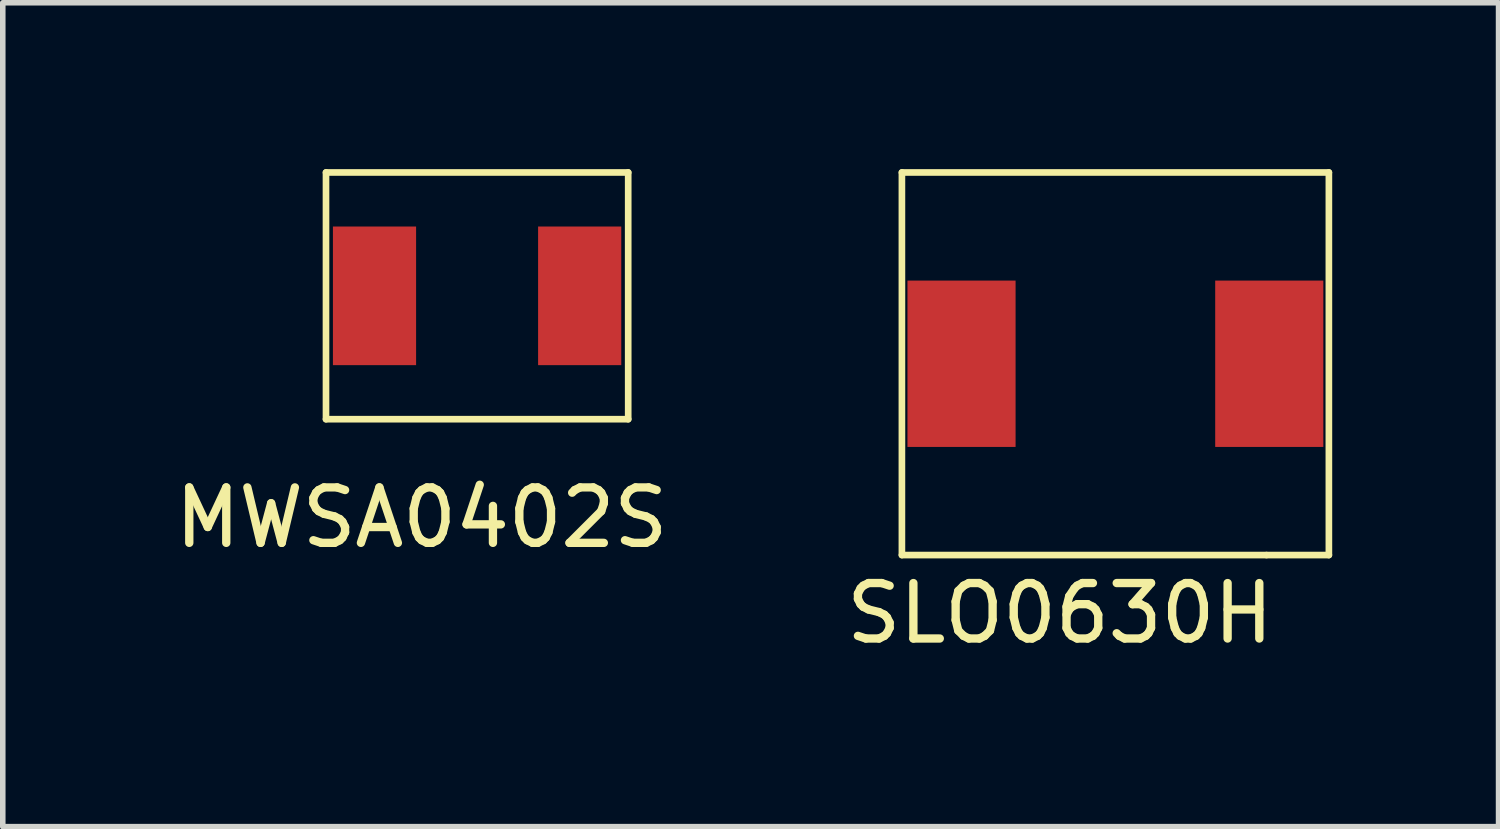
<source format=kicad_pcb>
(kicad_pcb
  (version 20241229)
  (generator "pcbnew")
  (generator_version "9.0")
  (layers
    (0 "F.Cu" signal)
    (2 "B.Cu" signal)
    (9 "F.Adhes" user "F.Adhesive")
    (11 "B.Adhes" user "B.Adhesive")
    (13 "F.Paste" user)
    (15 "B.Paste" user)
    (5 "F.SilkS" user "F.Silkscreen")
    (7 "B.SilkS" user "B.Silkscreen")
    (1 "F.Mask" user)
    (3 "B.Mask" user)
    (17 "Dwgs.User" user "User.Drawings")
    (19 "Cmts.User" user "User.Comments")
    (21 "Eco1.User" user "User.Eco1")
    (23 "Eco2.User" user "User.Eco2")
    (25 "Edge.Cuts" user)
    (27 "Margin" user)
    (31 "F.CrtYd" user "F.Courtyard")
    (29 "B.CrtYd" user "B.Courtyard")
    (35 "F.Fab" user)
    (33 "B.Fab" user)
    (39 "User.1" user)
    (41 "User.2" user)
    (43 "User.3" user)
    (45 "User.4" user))
  (footprint "SLO0630H"
    (layer "F.Cu")
    (at 17.065 3.51)
    (property "Reference" "SLO0630H" (at -1 4.5 0) (layer "F.SilkS") (effects (font (size 1 1) (thickness 0.15))))
    (attr through_hole)
    (fp_line (start -3.85 -3.45) (end 3.85 -3.45) (stroke (width 0.12) (type solid)) (layer "F.SilkS"))
    (fp_line (start -3.85 3.45) (end -3.85 -3.45) (stroke (width 0.12) (type solid)) (layer "F.SilkS"))
    (fp_line (start 2.725 3.45) (end 2.725 3.45) (stroke (width 0.12) (type solid)) (layer "F.SilkS"))
    (fp_line (start 3.85 3.45) (end -3.85 3.45) (stroke (width 0.12) (type solid)) (layer "F.SilkS"))
    (fp_line (start 3.85 3.45) (end 3.85 -3.45) (stroke (width 0.12) (type solid)) (layer "F.SilkS"))
    (pad "1" smd rect (at 2.775 0) (size 1.95 3) (layers "F.Cu" "F.Mask" "F.Paste"))
    (pad "2" smd rect (at -2.775 0) (size 1.95 3) (layers "F.Cu" "F.Mask" "F.Paste")))
  (footprint "MWSA0402S"
    (layer "F.Cu")
    (at 5.554 2.285)
    (property "Reference" "MWSA0402S" (at -1 4 0) (layer "F.SilkS") (effects (font (size 1 1) (thickness 0.15))))
    (attr through_hole)
    (fp_line (start -2.725 -2.225) (end 2.725 -2.225) (stroke (width 0.12) (type solid)) (layer "F.SilkS"))
    (fp_line (start -2.725 2.225) (end -2.725 -2.225) (stroke (width 0.12) (type solid)) (layer "F.SilkS"))
    (fp_line (start 2.725 -2.225) (end 2.725 2.225) (stroke (width 0.12) (type solid)) (layer "F.SilkS"))
    (fp_line (start 2.725 2.225) (end -2.725 2.225) (stroke (width 0.12) (type solid)) (layer "F.SilkS"))
    (pad "1" smd rect (at 1.85 0) (size 1.5 2.5) (layers "F.Cu" "F.Mask" "F.Paste"))
    (pad "2" smd rect (at -1.85 0) (size 1.5 2.5) (layers "F.Cu" "F.Mask" "F.Paste")))
  (gr_rect
    (start -3 -3)
    (end 23.975 11.858)
    (stroke (width 0.1) (type default))
    (fill no)
    (layer "Edge.Cuts")))
</source>
